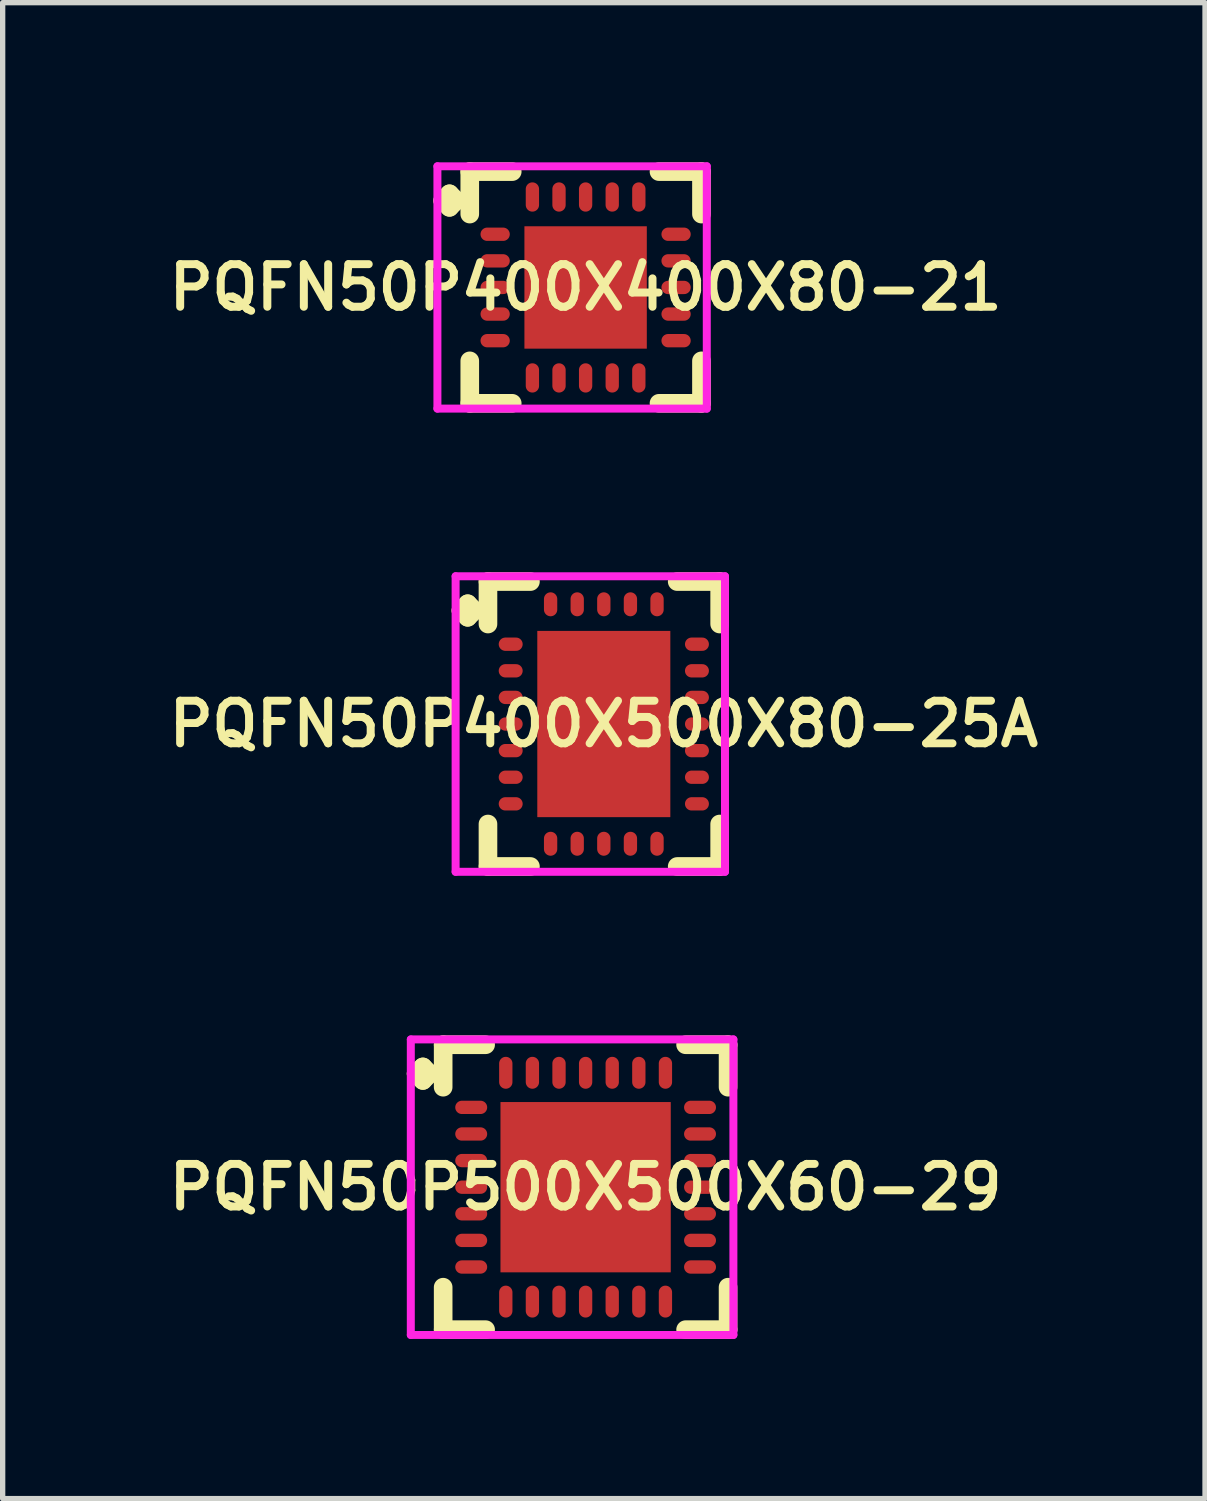
<source format=kicad_pcb>
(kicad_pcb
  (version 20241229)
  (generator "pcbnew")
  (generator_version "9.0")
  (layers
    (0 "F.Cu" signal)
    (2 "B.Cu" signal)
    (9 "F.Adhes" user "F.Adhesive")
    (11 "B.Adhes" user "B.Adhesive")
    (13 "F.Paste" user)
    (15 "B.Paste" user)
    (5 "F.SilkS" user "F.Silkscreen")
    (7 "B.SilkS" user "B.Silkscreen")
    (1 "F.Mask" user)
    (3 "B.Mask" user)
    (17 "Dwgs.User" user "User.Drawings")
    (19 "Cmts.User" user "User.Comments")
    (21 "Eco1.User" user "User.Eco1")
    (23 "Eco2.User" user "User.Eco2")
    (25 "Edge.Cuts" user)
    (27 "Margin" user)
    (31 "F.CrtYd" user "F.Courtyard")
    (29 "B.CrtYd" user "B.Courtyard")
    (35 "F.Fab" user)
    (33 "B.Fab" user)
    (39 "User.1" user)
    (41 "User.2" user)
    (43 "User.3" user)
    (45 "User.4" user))
  (footprint "PQFN50P500X500X60-29"
    (layer "F.Cu")
    (at 7.955 19.26)
    (property "Reference" "PQFN50P500X500X60-29" (at 0 0 0) (layer "F.SilkS") (effects (font (size 0.8 0.8) (thickness 0.15))))
    (attr smd)
    (fp_line (start -3.185 -2.133) (end -3.058 -2.26) (stroke (width 0.35) (type solid)) (layer "F.SilkS"))
    (fp_line (start -3.058 -2.26) (end -2.931 -2.133) (stroke (width 0.35) (type solid)) (layer "F.SilkS"))
    (fp_line (start -3.058 -2.006) (end -3.185 -2.133) (stroke (width 0.35) (type solid)) (layer "F.SilkS"))
    (fp_line (start -2.931 -2.133) (end -3.058 -2.006) (stroke (width 0.35) (type solid)) (layer "F.SilkS"))
    (fp_line (start -2.677 -2.677) (end -1.879 -2.677) (stroke (width 0.35) (type solid)) (layer "F.SilkS"))
    (fp_line (start -2.677 -1.879) (end -2.677 -2.677) (stroke (width 0.35) (type solid)) (layer "F.SilkS"))
    (fp_line (start -2.677 1.879) (end -2.677 2.677) (stroke (width 0.35) (type solid)) (layer "F.SilkS"))
    (fp_line (start -2.677 2.677) (end -1.879 2.677) (stroke (width 0.35) (type solid)) (layer "F.SilkS"))
    (fp_line (start 1.879 -2.677) (end 2.677 -2.677) (stroke (width 0.35) (type solid)) (layer "F.SilkS"))
    (fp_line (start 1.879 2.677) (end 2.677 2.677) (stroke (width 0.35) (type solid)) (layer "F.SilkS"))
    (fp_line (start 2.677 -2.677) (end 2.677 -1.879) (stroke (width 0.35) (type solid)) (layer "F.SilkS"))
    (fp_line (start 2.677 2.677) (end 2.677 1.879) (stroke (width 0.35) (type solid)) (layer "F.SilkS"))
    (fp_line (start -3.285 -2.777) (end 2.777 -2.777) (stroke (width 0.15) (type solid)) (layer "F.CrtYd"))
    (fp_line (start -3.285 2.777) (end -3.285 -2.777) (stroke (width 0.15) (type solid)) (layer "F.CrtYd"))
    (fp_line (start 2.777 -2.777) (end 2.777 2.777) (stroke (width 0.15) (type solid)) (layer "F.CrtYd"))
    (fp_line (start 2.777 2.777) (end -3.285 2.777) (stroke (width 0.15) (type solid)) (layer "F.CrtYd"))
    (pad "1" smd oval (at -2.15 -1.5) (size 0.6 0.25) (layers "F.Cu" "F.Mask" "F.Paste"))
    (pad "2" smd oval (at -2.15 -1) (size 0.6 0.25) (layers "F.Cu" "F.Mask" "F.Paste"))
    (pad "3" smd oval (at -2.15 -0.5) (size 0.6 0.25) (layers "F.Cu" "F.Mask" "F.Paste"))
    (pad "4" smd oval (at -2.15 0) (size 0.6 0.25) (layers "F.Cu" "F.Mask" "F.Paste"))
    (pad "5" smd oval (at -2.15 0.5) (size 0.6 0.25) (layers "F.Cu" "F.Mask" "F.Paste"))
    (pad "6" smd oval (at -2.15 1) (size 0.6 0.25) (layers "F.Cu" "F.Mask" "F.Paste"))
    (pad "7" smd oval (at -2.15 1.5) (size 0.6 0.25) (layers "F.Cu" "F.Mask" "F.Paste"))
    (pad "8" smd oval (at -1.5 2.15) (size 0.25 0.6) (layers "F.Cu" "F.Mask" "F.Paste"))
    (pad "9" smd oval (at -1 2.15) (size 0.25 0.6) (layers "F.Cu" "F.Mask" "F.Paste"))
    (pad "10" smd oval (at -0.5 2.15) (size 0.25 0.6) (layers "F.Cu" "F.Mask" "F.Paste"))
    (pad "11" smd oval (at 0 2.15) (size 0.25 0.6) (layers "F.Cu" "F.Mask" "F.Paste"))
    (pad "12" smd oval (at 0.5 2.15) (size 0.25 0.6) (layers "F.Cu" "F.Mask" "F.Paste"))
    (pad "13" smd oval (at 1 2.15) (size 0.25 0.6) (layers "F.Cu" "F.Mask" "F.Paste"))
    (pad "14" smd oval (at 1.5 2.15) (size 0.25 0.6) (layers "F.Cu" "F.Mask" "F.Paste"))
    (pad "15" smd oval (at 2.15 1.5) (size 0.6 0.25) (layers "F.Cu" "F.Mask" "F.Paste"))
    (pad "16" smd oval (at 2.15 1) (size 0.6 0.25) (layers "F.Cu" "F.Mask" "F.Paste"))
    (pad "17" smd oval (at 2.15 0.5) (size 0.6 0.25) (layers "F.Cu" "F.Mask" "F.Paste"))
    (pad "18" smd oval (at 2.15 0) (size 0.6 0.25) (layers "F.Cu" "F.Mask" "F.Paste"))
    (pad "19" smd oval (at 2.15 -0.5) (size 0.6 0.25) (layers "F.Cu" "F.Mask" "F.Paste"))
    (pad "20" smd oval (at 2.15 -1) (size 0.6 0.25) (layers "F.Cu" "F.Mask" "F.Paste"))
    (pad "21" smd oval (at 2.15 -1.5) (size 0.6 0.25) (layers "F.Cu" "F.Mask" "F.Paste"))
    (pad "22" smd oval (at 1.5 -2.15) (size 0.25 0.6) (layers "F.Cu" "F.Mask" "F.Paste"))
    (pad "23" smd oval (at 1 -2.15) (size 0.25 0.6) (layers "F.Cu" "F.Mask" "F.Paste"))
    (pad "24" smd oval (at 0.5 -2.15) (size 0.25 0.6) (layers "F.Cu" "F.Mask" "F.Paste"))
    (pad "25" smd oval (at 0 -2.15) (size 0.25 0.6) (layers "F.Cu" "F.Mask" "F.Paste"))
    (pad "26" smd oval (at -0.5 -2.15) (size 0.25 0.6) (layers "F.Cu" "F.Mask" "F.Paste"))
    (pad "27" smd oval (at -1 -2.15) (size 0.25 0.6) (layers "F.Cu" "F.Mask" "F.Paste"))
    (pad "28" smd oval (at -1.5 -2.15) (size 0.25 0.6) (layers "F.Cu" "F.Mask" "F.Paste"))
    (pad "29" smd rect (at 0 0) (size 3.2 3.2) (layers "F.Cu" "F.Mask" "F.Paste")))
  (footprint "PQFN50P400X500X80-25A"
    (layer "F.Cu")
    (at 8.297 10.556)
    (property "Reference" "PQFN50P400X500X80-25A" (at 0 0 0) (layer "F.SilkS") (effects (font (size 0.8 0.8) (thickness 0.15))))
    (attr smd)
    (fp_line (start -2.685 -2.133) (end -2.558 -2.26) (stroke (width 0.35) (type solid)) (layer "F.SilkS"))
    (fp_line (start -2.558 -2.26) (end -2.431 -2.133) (stroke (width 0.35) (type solid)) (layer "F.SilkS"))
    (fp_line (start -2.558 -2.006) (end -2.685 -2.133) (stroke (width 0.35) (type solid)) (layer "F.SilkS"))
    (fp_line (start -2.431 -2.133) (end -2.558 -2.006) (stroke (width 0.35) (type solid)) (layer "F.SilkS"))
    (fp_line (start -2.177 -2.677) (end -1.379 -2.677) (stroke (width 0.35) (type solid)) (layer "F.SilkS"))
    (fp_line (start -2.177 -1.879) (end -2.177 -2.677) (stroke (width 0.35) (type solid)) (layer "F.SilkS"))
    (fp_line (start -2.177 1.879) (end -2.177 2.677) (stroke (width 0.35) (type solid)) (layer "F.SilkS"))
    (fp_line (start -2.177 2.677) (end -1.379 2.677) (stroke (width 0.35) (type solid)) (layer "F.SilkS"))
    (fp_line (start 1.379 -2.677) (end 2.177 -2.677) (stroke (width 0.35) (type solid)) (layer "F.SilkS"))
    (fp_line (start 1.379 2.677) (end 2.177 2.677) (stroke (width 0.35) (type solid)) (layer "F.SilkS"))
    (fp_line (start 2.177 -2.677) (end 2.177 -1.879) (stroke (width 0.35) (type solid)) (layer "F.SilkS"))
    (fp_line (start 2.177 2.677) (end 2.177 1.879) (stroke (width 0.35) (type solid)) (layer "F.SilkS"))
    (fp_line (start -2.785 -2.777) (end 2.277 -2.777) (stroke (width 0.15) (type solid)) (layer "F.CrtYd"))
    (fp_line (start -2.785 2.777) (end -2.785 -2.777) (stroke (width 0.15) (type solid)) (layer "F.CrtYd"))
    (fp_line (start 2.277 -2.777) (end 2.277 2.777) (stroke (width 0.15) (type solid)) (layer "F.CrtYd"))
    (fp_line (start 2.277 2.777) (end -2.785 2.777) (stroke (width 0.15) (type solid)) (layer "F.CrtYd"))
    (pad "1" smd oval (at -1.75 -1.5) (size 0.45 0.25) (layers "F.Cu" "F.Mask" "F.Paste"))
    (pad "2" smd oval (at -1.75 -1) (size 0.45 0.25) (layers "F.Cu" "F.Mask" "F.Paste"))
    (pad "3" smd oval (at -1.75 -0.5) (size 0.45 0.25) (layers "F.Cu" "F.Mask" "F.Paste"))
    (pad "4" smd oval (at -1.75 0) (size 0.45 0.25) (layers "F.Cu" "F.Mask" "F.Paste"))
    (pad "5" smd oval (at -1.75 0.5) (size 0.45 0.25) (layers "F.Cu" "F.Mask" "F.Paste"))
    (pad "6" smd oval (at -1.75 1) (size 0.45 0.25) (layers "F.Cu" "F.Mask" "F.Paste"))
    (pad "7" smd oval (at -1.75 1.5) (size 0.45 0.25) (layers "F.Cu" "F.Mask" "F.Paste"))
    (pad "8" smd oval (at -1 2.25) (size 0.25 0.45) (layers "F.Cu" "F.Mask" "F.Paste"))
    (pad "9" smd oval (at -0.5 2.25) (size 0.25 0.45) (layers "F.Cu" "F.Mask" "F.Paste"))
    (pad "10" smd oval (at 0 2.25) (size 0.25 0.45) (layers "F.Cu" "F.Mask" "F.Paste"))
    (pad "11" smd oval (at 0.5 2.25) (size 0.25 0.45) (layers "F.Cu" "F.Mask" "F.Paste"))
    (pad "12" smd oval (at 1 2.25) (size 0.25 0.45) (layers "F.Cu" "F.Mask" "F.Paste"))
    (pad "13" smd oval (at 1.75 1.5) (size 0.45 0.25) (layers "F.Cu" "F.Mask" "F.Paste"))
    (pad "14" smd oval (at 1.75 1) (size 0.45 0.25) (layers "F.Cu" "F.Mask" "F.Paste"))
    (pad "15" smd oval (at 1.75 0.5) (size 0.45 0.25) (layers "F.Cu" "F.Mask" "F.Paste"))
    (pad "16" smd oval (at 1.75 0) (size 0.45 0.25) (layers "F.Cu" "F.Mask" "F.Paste"))
    (pad "17" smd oval (at 1.75 -0.5) (size 0.45 0.25) (layers "F.Cu" "F.Mask" "F.Paste"))
    (pad "18" smd oval (at 1.75 -1) (size 0.45 0.25) (layers "F.Cu" "F.Mask" "F.Paste"))
    (pad "19" smd oval (at 1.75 -1.5) (size 0.45 0.25) (layers "F.Cu" "F.Mask" "F.Paste"))
    (pad "20" smd oval (at 1 -2.25) (size 0.25 0.45) (layers "F.Cu" "F.Mask" "F.Paste"))
    (pad "21" smd oval (at 0.5 -2.25) (size 0.25 0.45) (layers "F.Cu" "F.Mask" "F.Paste"))
    (pad "22" smd oval (at 0 -2.25) (size 0.25 0.45) (layers "F.Cu" "F.Mask" "F.Paste"))
    (pad "23" smd oval (at -0.5 -2.25) (size 0.25 0.45) (layers "F.Cu" "F.Mask" "F.Paste"))
    (pad "24" smd oval (at -1 -2.25) (size 0.25 0.45) (layers "F.Cu" "F.Mask" "F.Paste"))
    (pad "25" smd rect (at 0 0) (size 2.5 3.5) (layers "F.Cu" "F.Mask" "F.Paste")))
  (footprint "PQFN50P400X400X80-21"
    (layer "F.Cu")
    (at 7.955 2.352)
    (property "Reference" "PQFN50P400X400X80-21" (at 0 0 0) (layer "F.SilkS") (effects (font (size 0.8 0.8) (thickness 0.15))))
    (attr through_hole)
    (fp_line (start -2.685 -1.633) (end -2.558 -1.76) (stroke (width 0.35) (type solid)) (layer "F.SilkS"))
    (fp_line (start -2.558 -1.76) (end -2.431 -1.633) (stroke (width 0.35) (type solid)) (layer "F.SilkS"))
    (fp_line (start -2.558 -1.506) (end -2.685 -1.633) (stroke (width 0.35) (type solid)) (layer "F.SilkS"))
    (fp_line (start -2.431 -1.633) (end -2.558 -1.506) (stroke (width 0.35) (type solid)) (layer "F.SilkS"))
    (fp_line (start -2.177 -2.177) (end -1.379 -2.177) (stroke (width 0.35) (type solid)) (layer "F.SilkS"))
    (fp_line (start -2.177 -1.379) (end -2.177 -2.177) (stroke (width 0.35) (type solid)) (layer "F.SilkS"))
    (fp_line (start -2.177 1.379) (end -2.177 2.177) (stroke (width 0.35) (type solid)) (layer "F.SilkS"))
    (fp_line (start -2.177 2.177) (end -1.379 2.177) (stroke (width 0.35) (type solid)) (layer "F.SilkS"))
    (fp_line (start 1.379 -2.177) (end 2.177 -2.177) (stroke (width 0.35) (type solid)) (layer "F.SilkS"))
    (fp_line (start 1.379 2.177) (end 2.177 2.177) (stroke (width 0.35) (type solid)) (layer "F.SilkS"))
    (fp_line (start 2.177 -2.177) (end 2.177 -1.379) (stroke (width 0.35) (type solid)) (layer "F.SilkS"))
    (fp_line (start 2.177 2.177) (end 2.177 1.379) (stroke (width 0.35) (type solid)) (layer "F.SilkS"))
    (fp_line (start -2.785 -2.277) (end 2.277 -2.277) (stroke (width 0.15) (type solid)) (layer "F.CrtYd"))
    (fp_line (start -2.785 2.277) (end -2.785 -2.277) (stroke (width 0.15) (type solid)) (layer "F.CrtYd"))
    (fp_line (start 2.277 -2.277) (end 2.277 2.277) (stroke (width 0.15) (type solid)) (layer "F.CrtYd"))
    (fp_line (start 2.277 2.277) (end -2.785 2.277) (stroke (width 0.15) (type solid)) (layer "F.CrtYd"))
    (pad "1" smd oval (at -1.7 -1) (size 0.55 0.25) (layers "F.Cu" "F.Mask" "F.Paste"))
    (pad "2" smd oval (at -1.7 -0.5) (size 0.55 0.25) (layers "F.Cu" "F.Mask" "F.Paste"))
    (pad "3" smd oval (at -1.7 0) (size 0.55 0.25) (layers "F.Cu" "F.Mask" "F.Paste"))
    (pad "4" smd oval (at -1.7 0.5) (size 0.55 0.25) (layers "F.Cu" "F.Mask" "F.Paste"))
    (pad "5" smd oval (at -1.7 1) (size 0.55 0.25) (layers "F.Cu" "F.Mask" "F.Paste"))
    (pad "6" smd oval (at -1 1.7) (size 0.25 0.55) (layers "F.Cu" "F.Mask" "F.Paste"))
    (pad "7" smd oval (at -0.5 1.7) (size 0.25 0.55) (layers "F.Cu" "F.Mask" "F.Paste"))
    (pad "8" smd oval (at 0 1.7) (size 0.25 0.55) (layers "F.Cu" "F.Mask" "F.Paste"))
    (pad "9" smd oval (at 0.5 1.7) (size 0.25 0.55) (layers "F.Cu" "F.Mask" "F.Paste"))
    (pad "10" smd oval (at 1 1.7) (size 0.25 0.55) (layers "F.Cu" "F.Mask" "F.Paste"))
    (pad "11" smd oval (at 1.7 1) (size 0.55 0.25) (layers "F.Cu" "F.Mask" "F.Paste"))
    (pad "12" smd oval (at 1.7 0.5) (size 0.55 0.25) (layers "F.Cu" "F.Mask" "F.Paste"))
    (pad "13" smd oval (at 1.7 0) (size 0.55 0.25) (layers "F.Cu" "F.Mask" "F.Paste"))
    (pad "14" smd oval (at 1.7 -0.5) (size 0.55 0.25) (layers "F.Cu" "F.Mask" "F.Paste"))
    (pad "15" smd oval (at 1.7 -1) (size 0.55 0.25) (layers "F.Cu" "F.Mask" "F.Paste"))
    (pad "16" smd oval (at 1 -1.7) (size 0.25 0.55) (layers "F.Cu" "F.Mask" "F.Paste"))
    (pad "17" smd oval (at 0.5 -1.7) (size 0.25 0.55) (layers "F.Cu" "F.Mask" "F.Paste"))
    (pad "18" smd oval (at 0 -1.7) (size 0.25 0.55) (layers "F.Cu" "F.Mask" "F.Paste"))
    (pad "19" smd oval (at -0.5 -1.7) (size 0.25 0.55) (layers "F.Cu" "F.Mask" "F.Paste"))
    (pad "20" smd oval (at -1 -1.7) (size 0.25 0.55) (layers "F.Cu" "F.Mask" "F.Paste"))
    (pad "21" smd rect (at 0 0) (size 2.3 2.3) (layers "F.Cu" "F.Mask" "F.Paste")))
  (gr_rect
    (start -3 -3)
    (end 19.595 25.112)
    (stroke (width 0.1) (type default))
    (fill no)
    (layer "Edge.Cuts")))
</source>
